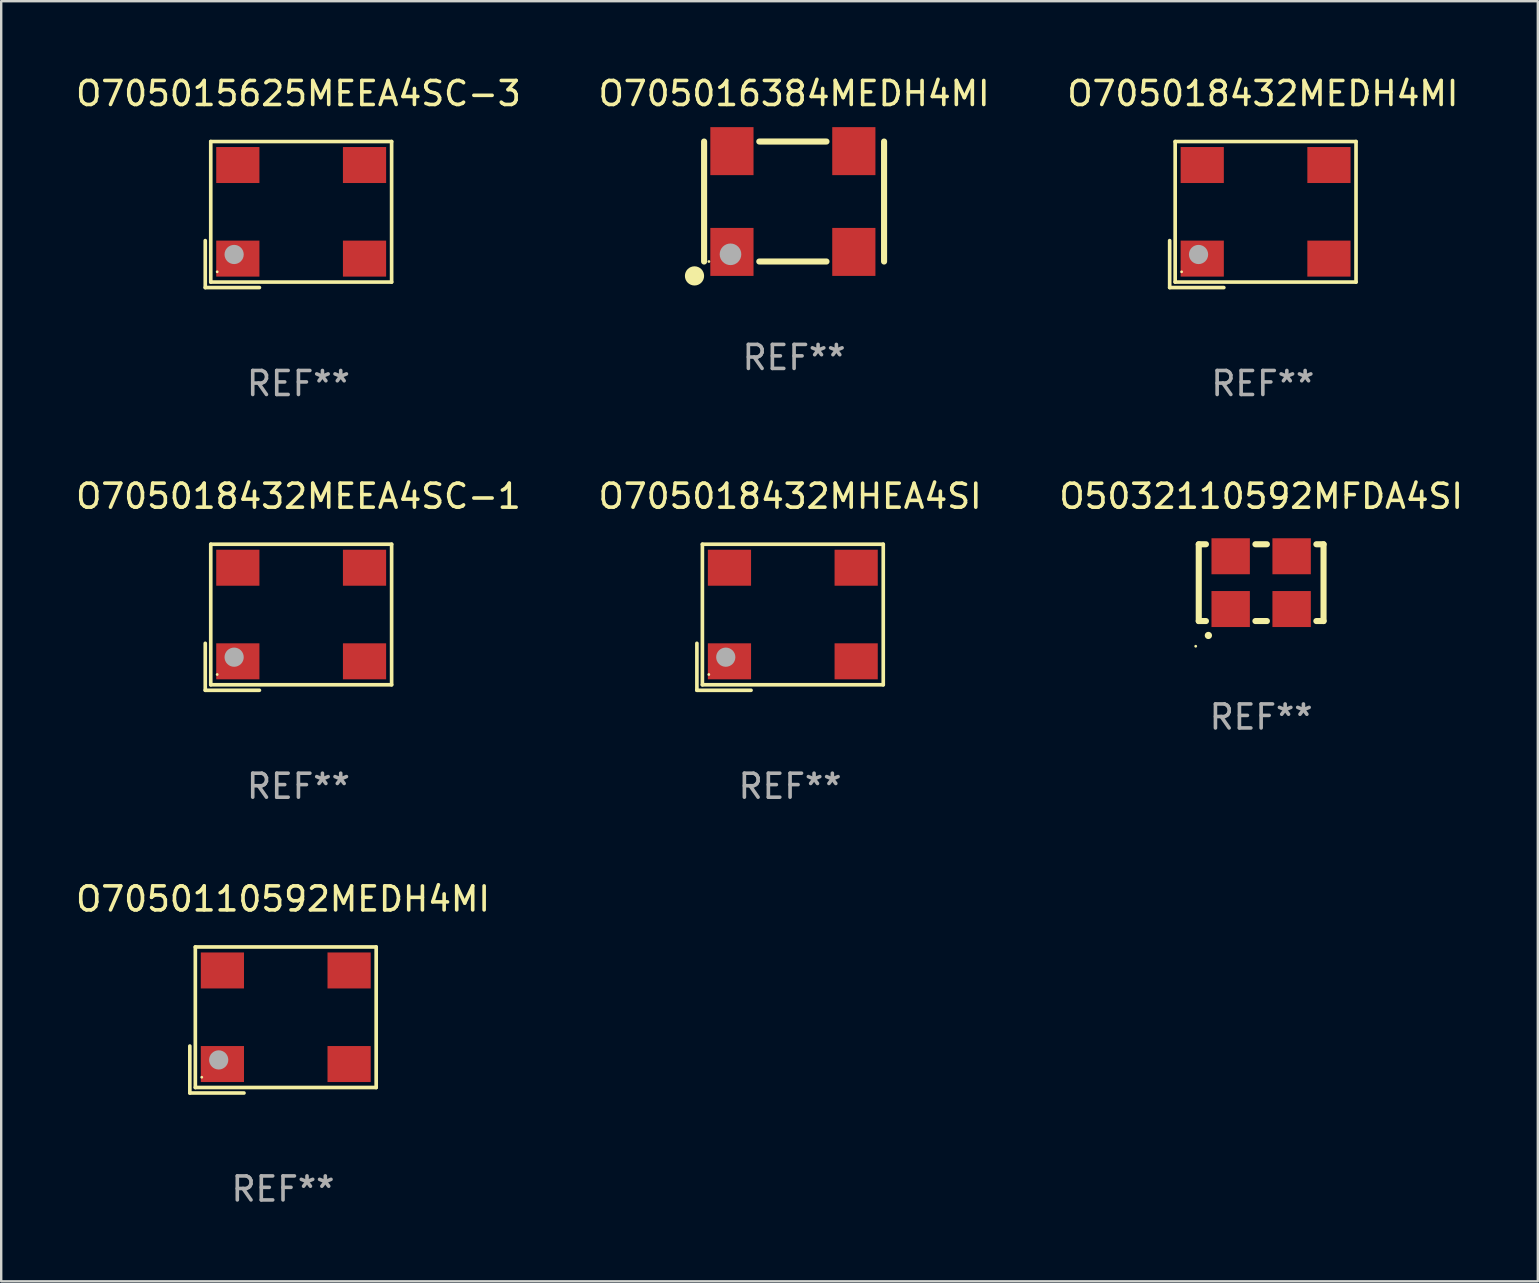
<source format=kicad_pcb>
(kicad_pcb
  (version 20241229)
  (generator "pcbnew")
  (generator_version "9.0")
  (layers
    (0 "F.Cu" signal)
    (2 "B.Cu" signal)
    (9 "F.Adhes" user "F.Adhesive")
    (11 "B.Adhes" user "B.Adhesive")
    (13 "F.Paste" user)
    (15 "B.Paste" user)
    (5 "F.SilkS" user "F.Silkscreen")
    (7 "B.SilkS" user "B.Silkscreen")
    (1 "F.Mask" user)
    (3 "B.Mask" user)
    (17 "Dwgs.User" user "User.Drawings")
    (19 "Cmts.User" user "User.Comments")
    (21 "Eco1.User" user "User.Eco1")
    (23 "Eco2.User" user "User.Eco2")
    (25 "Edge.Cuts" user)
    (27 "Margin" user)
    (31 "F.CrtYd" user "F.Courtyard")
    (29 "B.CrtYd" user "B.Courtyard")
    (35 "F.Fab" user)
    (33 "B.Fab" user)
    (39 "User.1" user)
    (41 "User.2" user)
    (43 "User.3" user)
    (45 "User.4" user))
  (footprint "O705018432MHEA4SI"
    (layer "F.Cu")
    (at 29.875 22.673)
    (property "Reference" "O705018432MHEA4SI" (at 0 -5.043 0) (layer "F.SilkS") (effects (font (size 1 1) (thickness 0.15))))
    (attr through_hole)
    (fp_line (start -3.883 1.086) (end -3.883 3.043) (stroke (width 0.152) (type solid)) (layer "F.SilkS"))
    (fp_line (start -3.883 3.043) (end -1.626 3.043) (stroke (width 0.152) (type solid)) (layer "F.SilkS"))
    (fp_line (start -3.654 -3.043) (end 3.883 -3.043) (stroke (width 0.152) (type solid)) (layer "F.SilkS"))
    (fp_line (start -3.654 2.814) (end -3.654 -3.043) (stroke (width 0.152) (type solid)) (layer "F.SilkS"))
    (fp_line (start 3.883 -3.043) (end 3.883 2.814) (stroke (width 0.152) (type solid)) (layer "F.SilkS"))
    (fp_line (start 3.883 2.814) (end -3.654 2.814) (stroke (width 0.152) (type solid)) (layer "F.SilkS"))
    (fp_circle (center -3.386 2.386) (end -3.356 2.386) (stroke (width 0.06) (type solid)) (fill no) (layer "F.SilkS"))
    (fp_circle (center -2.68 1.664) (end -2.48 1.664) (stroke (width 0.4) (type solid)) (fill no) (layer "F.Fab"))
    (fp_text user "REF**" (at 0 7.043 0) (layer "F.Fab") (effects (font (size 1 1) (thickness 0.15))))
    (pad "1" smd rect (at -2.526 1.836) (size 1.8 1.5) (layers "F.Cu" "F.Mask" "F.Paste"))
    (pad "2" smd rect (at 2.754 1.836) (size 1.8 1.5) (layers "F.Cu" "F.Mask" "F.Paste"))
    (pad "3" smd rect (at 2.754 -2.064) (size 1.8 1.5) (layers "F.Cu" "F.Mask" "F.Paste"))
    (pad "4" smd rect (at -2.526 -2.064) (size 1.8 1.5) (layers "F.Cu" "F.Mask" "F.Paste")))
  (footprint "O5032110592MFDA4SI"
    (layer "F.Cu")
    (at 49.506 21.231)
    (property "Reference" "O5032110592MFDA4SI" (at 0 -3.6 0) (layer "F.SilkS") (effects (font (size 1 1) (thickness 0.15))))
    (attr through_hole)
    (fp_line (start -2.6 -1.6) (end -2.301 -1.6) (stroke (width 0.254) (type solid)) (layer "F.SilkS"))
    (fp_line (start -2.6 1.6) (end -2.6 -1.6) (stroke (width 0.254) (type solid)) (layer "F.SilkS"))
    (fp_line (start -2.301 1.6) (end -2.6 1.6) (stroke (width 0.254) (type solid)) (layer "F.SilkS"))
    (fp_line (start -0.239 -1.6) (end 0.239 -1.6) (stroke (width 0.254) (type solid)) (layer "F.SilkS"))
    (fp_line (start 0.239 1.6) (end -0.239 1.6) (stroke (width 0.254) (type solid)) (layer "F.SilkS"))
    (fp_line (start 2.301 -1.6) (end 2.6 -1.6) (stroke (width 0.254) (type solid)) (layer "F.SilkS"))
    (fp_line (start 2.6 -1.6) (end 2.6 1.6) (stroke (width 0.254) (type solid)) (layer "F.SilkS"))
    (fp_line (start 2.6 1.6) (end 2.301 1.6) (stroke (width 0.254) (type solid)) (layer "F.SilkS"))
    (fp_arc (start -2.2 2.2) (mid -2.19873 2.199995) (end -2.19746 2.2) (stroke (width 0.3) (type solid)) (layer "F.SilkS"))
    (fp_circle (center -2.727 2.65) (end -2.697 2.65) (stroke (width 0.06) (type solid)) (fill no) (layer "F.SilkS"))
    (fp_text user "REF**" (at 0 5.6 0) (layer "F.Fab") (effects (font (size 1 1) (thickness 0.15))))
    (pad "1" smd rect (at -1.27 1.1) (size 1.6 1.5) (layers "F.Cu" "F.Mask" "F.Paste"))
    (pad "2" smd rect (at 1.27 1.1) (size 1.6 1.5) (layers "F.Cu" "F.Mask" "F.Paste"))
    (pad "3" smd rect (at 1.27 -1.1) (size 1.6 1.5) (layers "F.Cu" "F.Mask" "F.Paste"))
    (pad "4" smd rect (at -1.27 -1.1) (size 1.6 1.5) (layers "F.Cu" "F.Mask" "F.Paste")))
  (footprint "O705018432MEDH4MI"
    (layer "F.Cu")
    (at 49.577 5.891)
    (property "Reference" "O705018432MEDH4MI" (at 0 -5.043 0) (layer "F.SilkS") (effects (font (size 1 1) (thickness 0.15))))
    (attr through_hole)
    (fp_line (start -3.883 1.086) (end -3.883 3.043) (stroke (width 0.152) (type solid)) (layer "F.SilkS"))
    (fp_line (start -3.883 3.043) (end -1.626 3.043) (stroke (width 0.152) (type solid)) (layer "F.SilkS"))
    (fp_line (start -3.654 -3.043) (end 3.883 -3.043) (stroke (width 0.152) (type solid)) (layer "F.SilkS"))
    (fp_line (start -3.654 2.814) (end -3.654 -3.043) (stroke (width 0.152) (type solid)) (layer "F.SilkS"))
    (fp_line (start 3.883 -3.043) (end 3.883 2.814) (stroke (width 0.152) (type solid)) (layer "F.SilkS"))
    (fp_line (start 3.883 2.814) (end -3.654 2.814) (stroke (width 0.152) (type solid)) (layer "F.SilkS"))
    (fp_circle (center -3.386 2.386) (end -3.356 2.386) (stroke (width 0.06) (type solid)) (fill no) (layer "F.SilkS"))
    (fp_circle (center -2.68 1.664) (end -2.48 1.664) (stroke (width 0.4) (type solid)) (fill no) (layer "F.Fab"))
    (fp_text user "REF**" (at 0 7.043 0) (layer "F.Fab") (effects (font (size 1 1) (thickness 0.15))))
    (pad "1" smd rect (at -2.526 1.836) (size 1.8 1.5) (layers "F.Cu" "F.Mask" "F.Paste"))
    (pad "2" smd rect (at 2.754 1.836) (size 1.8 1.5) (layers "F.Cu" "F.Mask" "F.Paste"))
    (pad "3" smd rect (at 2.754 -2.064) (size 1.8 1.5) (layers "F.Cu" "F.Mask" "F.Paste"))
    (pad "4" smd rect (at -2.526 -2.064) (size 1.8 1.5) (layers "F.Cu" "F.Mask" "F.Paste")))
  (footprint "O705016384MEDH4MI"
    (layer "F.Cu")
    (at 30.042 5.348)
    (property "Reference" "O705016384MEDH4MI" (at 0 -4.5 0) (layer "F.SilkS") (effects (font (size 1 1) (thickness 0.15))))
    (attr through_hole)
    (fp_line (start -3.75 -2.5) (end -3.75 2.5) (stroke (width 0.254) (type solid)) (layer "F.SilkS"))
    (fp_line (start -1.45 -2.5) (end 1.35 -2.5) (stroke (width 0.254) (type solid)) (layer "F.SilkS"))
    (fp_line (start -1.45 2.5) (end 1.35 2.5) (stroke (width 0.254) (type solid)) (layer "F.SilkS"))
    (fp_line (start 3.75 -2.5) (end 3.75 2.5) (stroke (width 0.254) (type solid)) (layer "F.SilkS"))
    (fp_circle (center -4.15 3.1) (end -3.95 3.1) (stroke (width 0.4) (type solid)) (fill no) (layer "F.SilkS"))
    (fp_circle (center -3.55 2.5) (end -3.52 2.5) (stroke (width 0.06) (type solid)) (fill no) (layer "F.SilkS"))
    (fp_circle (center -2.65 2.2) (end -2.425 2.2) (stroke (width 0.45) (type solid)) (fill no) (layer "F.Fab"))
    (fp_text user "REF**" (at 0 6.5 0) (layer "F.Fab") (effects (font (size 1 1) (thickness 0.15))))
    (pad "1" smd rect (at -2.59 2.1) (size 1.8 2) (layers "F.Cu" "F.Mask" "F.Paste"))
    (pad "2" smd rect (at 2.49 2.1) (size 1.8 2) (layers "F.Cu" "F.Mask" "F.Paste"))
    (pad "3" smd rect (at 2.49 -2.1) (size 1.8 2) (layers "F.Cu" "F.Mask" "F.Paste"))
    (pad "4" smd rect (at -2.59 -2.1) (size 1.8 2) (layers "F.Cu" "F.Mask" "F.Paste")))
  (footprint "O705015625MEEA4SC-3"
    (layer "F.Cu")
    (at 9.387 5.891)
    (property "Reference" "O705015625MEEA4SC-3" (at 0 -5.043 0) (layer "F.SilkS") (effects (font (size 1 1) (thickness 0.15))))
    (attr through_hole)
    (fp_line (start -3.883 1.086) (end -3.883 3.043) (stroke (width 0.152) (type solid)) (layer "F.SilkS"))
    (fp_line (start -3.883 3.043) (end -1.626 3.043) (stroke (width 0.152) (type solid)) (layer "F.SilkS"))
    (fp_line (start -3.654 -3.043) (end 3.883 -3.043) (stroke (width 0.152) (type solid)) (layer "F.SilkS"))
    (fp_line (start -3.654 2.814) (end -3.654 -3.043) (stroke (width 0.152) (type solid)) (layer "F.SilkS"))
    (fp_line (start 3.883 -3.043) (end 3.883 2.814) (stroke (width 0.152) (type solid)) (layer "F.SilkS"))
    (fp_line (start 3.883 2.814) (end -3.654 2.814) (stroke (width 0.152) (type solid)) (layer "F.SilkS"))
    (fp_circle (center -3.386 2.386) (end -3.356 2.386) (stroke (width 0.06) (type solid)) (fill no) (layer "F.SilkS"))
    (fp_circle (center -2.68 1.664) (end -2.48 1.664) (stroke (width 0.4) (type solid)) (fill no) (layer "F.Fab"))
    (fp_text user "REF**" (at 0 7.043 0) (layer "F.Fab") (effects (font (size 1 1) (thickness 0.15))))
    (pad "1" smd rect (at -2.526 1.836) (size 1.8 1.5) (layers "F.Cu" "F.Mask" "F.Paste"))
    (pad "2" smd rect (at 2.754 1.836) (size 1.8 1.5) (layers "F.Cu" "F.Mask" "F.Paste"))
    (pad "3" smd rect (at 2.754 -2.064) (size 1.8 1.5) (layers "F.Cu" "F.Mask" "F.Paste"))
    (pad "4" smd rect (at -2.526 -2.064) (size 1.8 1.5) (layers "F.Cu" "F.Mask" "F.Paste")))
  (footprint "O7050110592MEDH4MI"
    (layer "F.Cu")
    (at 8.744 39.456)
    (property "Reference" "O7050110592MEDH4MI" (at 0 -5.043 0) (layer "F.SilkS") (effects (font (size 1 1) (thickness 0.15))))
    (attr through_hole)
    (fp_line (start -3.883 1.086) (end -3.883 3.043) (stroke (width 0.152) (type solid)) (layer "F.SilkS"))
    (fp_line (start -3.883 3.043) (end -1.626 3.043) (stroke (width 0.152) (type solid)) (layer "F.SilkS"))
    (fp_line (start -3.654 -3.043) (end 3.883 -3.043) (stroke (width 0.152) (type solid)) (layer "F.SilkS"))
    (fp_line (start -3.654 2.814) (end -3.654 -3.043) (stroke (width 0.152) (type solid)) (layer "F.SilkS"))
    (fp_line (start 3.883 -3.043) (end 3.883 2.814) (stroke (width 0.152) (type solid)) (layer "F.SilkS"))
    (fp_line (start 3.883 2.814) (end -3.654 2.814) (stroke (width 0.152) (type solid)) (layer "F.SilkS"))
    (fp_circle (center -3.386 2.386) (end -3.356 2.386) (stroke (width 0.06) (type solid)) (fill no) (layer "F.SilkS"))
    (fp_circle (center -2.68 1.664) (end -2.48 1.664) (stroke (width 0.4) (type solid)) (fill no) (layer "F.Fab"))
    (fp_text user "REF**" (at 0 7.043 0) (layer "F.Fab") (effects (font (size 1 1) (thickness 0.15))))
    (pad "1" smd rect (at -2.526 1.836) (size 1.8 1.5) (layers "F.Cu" "F.Mask" "F.Paste"))
    (pad "2" smd rect (at 2.754 1.836) (size 1.8 1.5) (layers "F.Cu" "F.Mask" "F.Paste"))
    (pad "3" smd rect (at 2.754 -2.064) (size 1.8 1.5) (layers "F.Cu" "F.Mask" "F.Paste"))
    (pad "4" smd rect (at -2.526 -2.064) (size 1.8 1.5) (layers "F.Cu" "F.Mask" "F.Paste")))
  (footprint "O705018432MEEA4SC-1"
    (layer "F.Cu")
    (at 9.387 22.673)
    (property "Reference" "O705018432MEEA4SC-1" (at 0 -5.043 0) (layer "F.SilkS") (effects (font (size 1 1) (thickness 0.15))))
    (attr through_hole)
    (fp_line (start -3.883 1.086) (end -3.883 3.043) (stroke (width 0.152) (type solid)) (layer "F.SilkS"))
    (fp_line (start -3.883 3.043) (end -1.626 3.043) (stroke (width 0.152) (type solid)) (layer "F.SilkS"))
    (fp_line (start -3.654 -3.043) (end 3.883 -3.043) (stroke (width 0.152) (type solid)) (layer "F.SilkS"))
    (fp_line (start -3.654 2.814) (end -3.654 -3.043) (stroke (width 0.152) (type solid)) (layer "F.SilkS"))
    (fp_line (start 3.883 -3.043) (end 3.883 2.814) (stroke (width 0.152) (type solid)) (layer "F.SilkS"))
    (fp_line (start 3.883 2.814) (end -3.654 2.814) (stroke (width 0.152) (type solid)) (layer "F.SilkS"))
    (fp_circle (center -3.386 2.386) (end -3.356 2.386) (stroke (width 0.06) (type solid)) (fill no) (layer "F.SilkS"))
    (fp_circle (center -2.68 1.664) (end -2.48 1.664) (stroke (width 0.4) (type solid)) (fill no) (layer "F.Fab"))
    (fp_text user "REF**" (at 0 7.043 0) (layer "F.Fab") (effects (font (size 1 1) (thickness 0.15))))
    (pad "1" smd rect (at -2.526 1.836) (size 1.8 1.5) (layers "F.Cu" "F.Mask" "F.Paste"))
    (pad "2" smd rect (at 2.754 1.836) (size 1.8 1.5) (layers "F.Cu" "F.Mask" "F.Paste"))
    (pad "3" smd rect (at 2.754 -2.064) (size 1.8 1.5) (layers "F.Cu" "F.Mask" "F.Paste"))
    (pad "4" smd rect (at -2.526 -2.064) (size 1.8 1.5) (layers "F.Cu" "F.Mask" "F.Paste")))
  (gr_rect
    (start -3 -3)
    (end 61.036 50.347)
    (stroke (width 0.1) (type default))
    (fill no)
    (layer "Edge.Cuts")))
</source>
